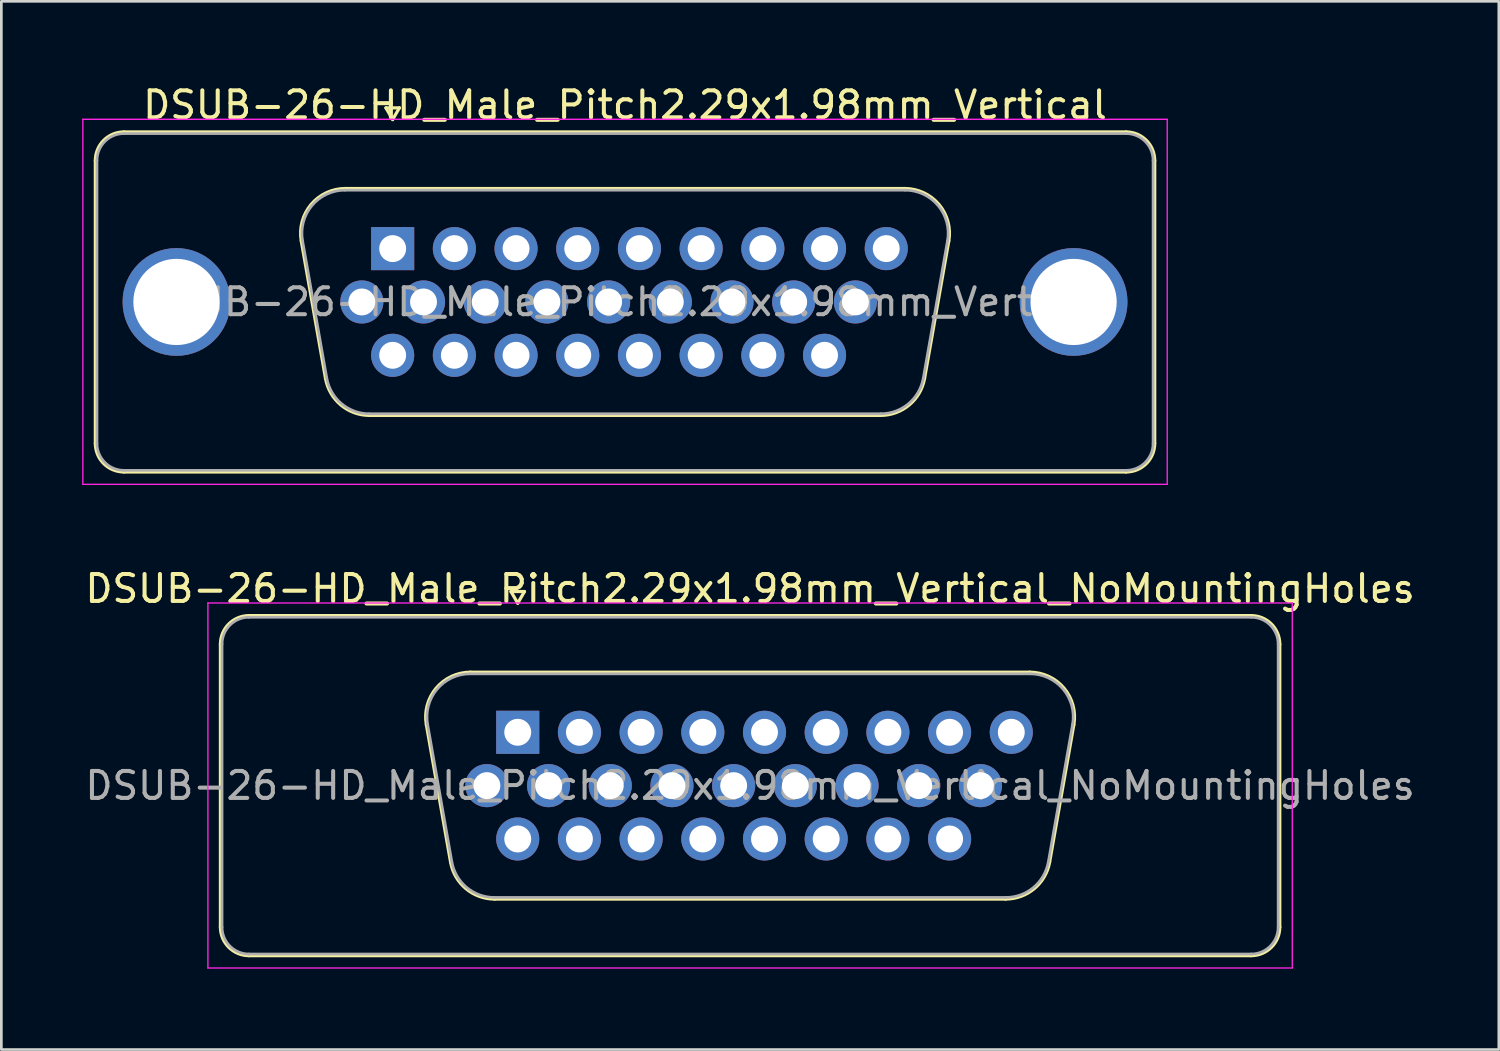
<source format=kicad_pcb>
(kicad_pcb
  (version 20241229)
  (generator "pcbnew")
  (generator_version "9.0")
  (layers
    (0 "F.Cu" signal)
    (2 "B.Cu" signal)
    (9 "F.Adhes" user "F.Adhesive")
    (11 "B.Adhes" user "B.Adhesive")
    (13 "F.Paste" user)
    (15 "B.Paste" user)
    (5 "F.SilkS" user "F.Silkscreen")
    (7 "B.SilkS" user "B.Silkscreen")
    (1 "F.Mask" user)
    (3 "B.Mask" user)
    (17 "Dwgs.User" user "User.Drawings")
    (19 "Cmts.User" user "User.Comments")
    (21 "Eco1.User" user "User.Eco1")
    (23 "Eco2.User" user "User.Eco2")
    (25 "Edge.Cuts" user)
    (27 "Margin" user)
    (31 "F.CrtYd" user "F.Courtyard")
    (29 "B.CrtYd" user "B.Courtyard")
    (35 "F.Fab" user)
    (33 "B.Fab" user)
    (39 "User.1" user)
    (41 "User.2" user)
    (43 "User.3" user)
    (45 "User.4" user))
  (footprint "DSUB-26-HD_Male_Pitch2.29x1.98mm_Vertical_NoMountingHoles"
    (layer "F.Cu")
    (at 16.167 24.131)
    (property "Reference" "DSUB-26-HD_Male_Pitch2.29x1.98mm_Vertical_NoMountingHoles" (at 8.625 -5.33 0) (layer "F.SilkS") (effects (font (size 1 1) (thickness 0.15))))
    (attr through_hole)
    (fp_line (start -11.035 7.23) (end -11.035 -3.27) (stroke (width 0.12) (type solid)) (layer "F.SilkS"))
    (fp_line (start -9.975 -4.33) (end 27.225 -4.33) (stroke (width 0.12) (type solid)) (layer "F.SilkS"))
    (fp_line (start -3.391 -0.282) (end -2.492 4.818) (stroke (width 0.12) (type solid)) (layer "F.SilkS"))
    (fp_line (start -1.757 -2.23) (end 19.007 -2.23) (stroke (width 0.12) (type solid)) (layer "F.SilkS"))
    (fp_line (start -0.857 6.19) (end 18.107 6.19) (stroke (width 0.12) (type solid)) (layer "F.SilkS"))
    (fp_line (start -0.25 -5.224) (end 0.25 -5.224) (stroke (width 0.12) (type solid)) (layer "F.SilkS"))
    (fp_line (start 0 -4.791) (end -0.25 -5.224) (stroke (width 0.12) (type solid)) (layer "F.SilkS"))
    (fp_line (start 0.25 -5.224) (end 0 -4.791) (stroke (width 0.12) (type solid)) (layer "F.SilkS"))
    (fp_line (start 20.641 -0.282) (end 19.742 4.818) (stroke (width 0.12) (type solid)) (layer "F.SilkS"))
    (fp_line (start 27.225 8.29) (end -9.975 8.29) (stroke (width 0.12) (type solid)) (layer "F.SilkS"))
    (fp_line (start 28.285 -3.27) (end 28.285 7.23) (stroke (width 0.12) (type solid)) (layer "F.SilkS"))
    (fp_arc (start -11.035 -3.27) (mid -10.724533 -4.019533) (end -9.975 -4.33) (stroke (width 0.12) (type solid)) (layer "F.SilkS"))
    (fp_arc (start -9.975 8.29) (mid -10.724533 7.979533) (end -11.035 7.23) (stroke (width 0.12) (type solid)) (layer "F.SilkS"))
    (fp_arc (start -3.39147 -0.281744) (mid -3.028323 -1.637028) (end -1.756689 -2.23) (stroke (width 0.12) (type solid)) (layer "F.SilkS"))
    (fp_arc (start -0.857421 6.19) (mid -1.924448 5.801634) (end -2.492202 4.818256) (stroke (width 0.12) (type solid)) (layer "F.SilkS"))
    (fp_arc (start 19.006689 -2.23) (mid 20.278323 -1.637027) (end 20.64147 -0.281744) (stroke (width 0.12) (type solid)) (layer "F.SilkS"))
    (fp_arc (start 19.742202 4.818256) (mid 19.174449 5.801634) (end 18.107421 6.19) (stroke (width 0.12) (type solid)) (layer "F.SilkS"))
    (fp_arc (start 27.225 -4.33) (mid 27.974533 -4.019533) (end 28.285 -3.27) (stroke (width 0.12) (type solid)) (layer "F.SilkS"))
    (fp_arc (start 28.285 7.23) (mid 27.974533 7.979533) (end 27.225 8.29) (stroke (width 0.12) (type solid)) (layer "F.SilkS"))
    (fp_line (start -11.5 -4.8) (end -11.5 8.75) (stroke (width 0.05) (type solid)) (layer "F.CrtYd"))
    (fp_line (start -11.5 8.75) (end 28.75 8.75) (stroke (width 0.05) (type solid)) (layer "F.CrtYd"))
    (fp_line (start 28.75 -4.8) (end -11.5 -4.8) (stroke (width 0.05) (type solid)) (layer "F.CrtYd"))
    (fp_line (start 28.75 8.75) (end 28.75 -4.8) (stroke (width 0.05) (type solid)) (layer "F.CrtYd"))
    (fp_line (start -10.975 7.23) (end -10.975 -3.27) (stroke (width 0.1) (type solid)) (layer "F.Fab"))
    (fp_line (start -9.975 -4.27) (end 27.225 -4.27) (stroke (width 0.1) (type solid)) (layer "F.Fab"))
    (fp_line (start -3.344 -0.292) (end -2.445 4.808) (stroke (width 0.1) (type solid)) (layer "F.Fab"))
    (fp_line (start -1.768 -2.17) (end 19.018 -2.17) (stroke (width 0.1) (type solid)) (layer "F.Fab"))
    (fp_line (start -0.869 6.13) (end 18.119 6.13) (stroke (width 0.1) (type solid)) (layer "F.Fab"))
    (fp_line (start 20.594 -0.292) (end 19.695 4.808) (stroke (width 0.1) (type solid)) (layer "F.Fab"))
    (fp_line (start 27.225 8.23) (end -9.975 8.23) (stroke (width 0.1) (type solid)) (layer "F.Fab"))
    (fp_line (start 28.225 -3.27) (end 28.225 7.23) (stroke (width 0.1) (type solid)) (layer "F.Fab"))
    (fp_arc (start -10.975 -3.27) (mid -10.682107 -3.977107) (end -9.975 -4.27) (stroke (width 0.1) (type solid)) (layer "F.Fab"))
    (fp_arc (start -9.975 8.23) (mid -10.682107 7.937107) (end -10.975 7.23) (stroke (width 0.1) (type solid)) (layer "F.Fab"))
    (fp_arc (start -3.343886 -0.292163) (mid -2.993865 -1.59846) (end -1.768194 -2.17) (stroke (width 0.1) (type solid)) (layer "F.Fab"))
    (fp_arc (start -0.868927 6.13) (mid -1.897387 5.755671) (end -2.444619 4.807837) (stroke (width 0.1) (type solid)) (layer "F.Fab"))
    (fp_arc (start 19.018194 -2.17) (mid 20.243865 -1.59846) (end 20.593886 -0.292163) (stroke (width 0.1) (type solid)) (layer "F.Fab"))
    (fp_arc (start 19.694619 4.807837) (mid 19.147387 5.755671) (end 18.118927 6.13) (stroke (width 0.1) (type solid)) (layer "F.Fab"))
    (fp_arc (start 27.225 -4.27) (mid 27.932107 -3.977107) (end 28.225 -3.27) (stroke (width 0.1) (type solid)) (layer "F.Fab"))
    (fp_arc (start 28.225 7.23) (mid 27.932107 7.937107) (end 27.225 8.23) (stroke (width 0.1) (type solid)) (layer "F.Fab"))
    (fp_text user "${REFERENCE}" (at 8.625 1.98 0) (layer "F.Fab") (effects (font (size 1 1) (thickness 0.15))))
    (pad "1" thru_hole rect (at 0 0) (size 1.6 1.6) (drill 1) (layers "*.Cu" "*.Mask"))
    (pad "2" thru_hole circle (at 2.29 0) (size 1.6 1.6) (drill 1) (layers "*.Cu" "*.Mask"))
    (pad "3" thru_hole circle (at 4.58 0) (size 1.6 1.6) (drill 1) (layers "*.Cu" "*.Mask"))
    (pad "4" thru_hole circle (at 6.87 0) (size 1.6 1.6) (drill 1) (layers "*.Cu" "*.Mask"))
    (pad "5" thru_hole circle (at 9.16 0) (size 1.6 1.6) (drill 1) (layers "*.Cu" "*.Mask"))
    (pad "6" thru_hole circle (at 11.45 0) (size 1.6 1.6) (drill 1) (layers "*.Cu" "*.Mask"))
    (pad "7" thru_hole circle (at 13.74 0) (size 1.6 1.6) (drill 1) (layers "*.Cu" "*.Mask"))
    (pad "8" thru_hole circle (at 16.03 0) (size 1.6 1.6) (drill 1) (layers "*.Cu" "*.Mask"))
    (pad "9" thru_hole circle (at 18.32 0) (size 1.6 1.6) (drill 1) (layers "*.Cu" "*.Mask"))
    (pad "10" thru_hole circle (at -1.145 1.98) (size 1.6 1.6) (drill 1) (layers "*.Cu" "*.Mask"))
    (pad "11" thru_hole circle (at 1.145 1.98) (size 1.6 1.6) (drill 1) (layers "*.Cu" "*.Mask"))
    (pad "12" thru_hole circle (at 3.435 1.98) (size 1.6 1.6) (drill 1) (layers "*.Cu" "*.Mask"))
    (pad "13" thru_hole circle (at 5.725 1.98) (size 1.6 1.6) (drill 1) (layers "*.Cu" "*.Mask"))
    (pad "14" thru_hole circle (at 8.015 1.98) (size 1.6 1.6) (drill 1) (layers "*.Cu" "*.Mask"))
    (pad "15" thru_hole circle (at 10.305 1.98) (size 1.6 1.6) (drill 1) (layers "*.Cu" "*.Mask"))
    (pad "16" thru_hole circle (at 12.595 1.98) (size 1.6 1.6) (drill 1) (layers "*.Cu" "*.Mask"))
    (pad "17" thru_hole circle (at 14.885 1.98) (size 1.6 1.6) (drill 1) (layers "*.Cu" "*.Mask"))
    (pad "18" thru_hole circle (at 17.175 1.98) (size 1.6 1.6) (drill 1) (layers "*.Cu" "*.Mask"))
    (pad "19" thru_hole circle (at 0 3.96) (size 1.6 1.6) (drill 1) (layers "*.Cu" "*.Mask"))
    (pad "20" thru_hole circle (at 2.29 3.96) (size 1.6 1.6) (drill 1) (layers "*.Cu" "*.Mask"))
    (pad "21" thru_hole circle (at 4.58 3.96) (size 1.6 1.6) (drill 1) (layers "*.Cu" "*.Mask"))
    (pad "22" thru_hole circle (at 6.87 3.96) (size 1.6 1.6) (drill 1) (layers "*.Cu" "*.Mask"))
    (pad "23" thru_hole circle (at 9.16 3.96) (size 1.6 1.6) (drill 1) (layers "*.Cu" "*.Mask"))
    (pad "24" thru_hole circle (at 11.45 3.96) (size 1.6 1.6) (drill 1) (layers "*.Cu" "*.Mask"))
    (pad "25" thru_hole circle (at 13.74 3.96) (size 1.6 1.6) (drill 1) (layers "*.Cu" "*.Mask"))
    (pad "26" thru_hole circle (at 16.03 3.96) (size 1.6 1.6) (drill 1) (layers "*.Cu" "*.Mask")))
  (footprint "DSUB-26-HD_Male_Pitch2.29x1.98mm_Vertical"
    (layer "F.Cu")
    (at 11.525 6.178)
    (property "Reference" "DSUB-26-HD_Male_Pitch2.29x1.98mm_Vertical" (at 8.625 -5.33 0) (layer "F.SilkS") (effects (font (size 1 1) (thickness 0.15))))
    (attr through_hole)
    (fp_line (start -11.035 7.23) (end -11.035 -3.27) (stroke (width 0.12) (type solid)) (layer "F.SilkS"))
    (fp_line (start -9.975 -4.33) (end 27.225 -4.33) (stroke (width 0.12) (type solid)) (layer "F.SilkS"))
    (fp_line (start -3.391 -0.282) (end -2.492 4.818) (stroke (width 0.12) (type solid)) (layer "F.SilkS"))
    (fp_line (start -1.757 -2.23) (end 19.007 -2.23) (stroke (width 0.12) (type solid)) (layer "F.SilkS"))
    (fp_line (start -0.857 6.19) (end 18.107 6.19) (stroke (width 0.12) (type solid)) (layer "F.SilkS"))
    (fp_line (start -0.25 -5.224) (end 0.25 -5.224) (stroke (width 0.12) (type solid)) (layer "F.SilkS"))
    (fp_line (start 0 -4.791) (end -0.25 -5.224) (stroke (width 0.12) (type solid)) (layer "F.SilkS"))
    (fp_line (start 0.25 -5.224) (end 0 -4.791) (stroke (width 0.12) (type solid)) (layer "F.SilkS"))
    (fp_line (start 20.641 -0.282) (end 19.742 4.818) (stroke (width 0.12) (type solid)) (layer "F.SilkS"))
    (fp_line (start 27.225 8.29) (end -9.975 8.29) (stroke (width 0.12) (type solid)) (layer "F.SilkS"))
    (fp_line (start 28.285 -3.27) (end 28.285 7.23) (stroke (width 0.12) (type solid)) (layer "F.SilkS"))
    (fp_arc (start -11.035 -3.27) (mid -10.724533 -4.019533) (end -9.975 -4.33) (stroke (width 0.12) (type solid)) (layer "F.SilkS"))
    (fp_arc (start -9.975 8.29) (mid -10.724533 7.979533) (end -11.035 7.23) (stroke (width 0.12) (type solid)) (layer "F.SilkS"))
    (fp_arc (start -3.39147 -0.281744) (mid -3.028323 -1.637028) (end -1.756689 -2.23) (stroke (width 0.12) (type solid)) (layer "F.SilkS"))
    (fp_arc (start -0.857421 6.19) (mid -1.924448 5.801634) (end -2.492202 4.818256) (stroke (width 0.12) (type solid)) (layer "F.SilkS"))
    (fp_arc (start 19.006689 -2.23) (mid 20.278323 -1.637027) (end 20.64147 -0.281744) (stroke (width 0.12) (type solid)) (layer "F.SilkS"))
    (fp_arc (start 19.742202 4.818256) (mid 19.174449 5.801634) (end 18.107421 6.19) (stroke (width 0.12) (type solid)) (layer "F.SilkS"))
    (fp_arc (start 27.225 -4.33) (mid 27.974533 -4.019533) (end 28.285 -3.27) (stroke (width 0.12) (type solid)) (layer "F.SilkS"))
    (fp_arc (start 28.285 7.23) (mid 27.974533 7.979533) (end 27.225 8.29) (stroke (width 0.12) (type solid)) (layer "F.SilkS"))
    (fp_line (start -11.5 -4.8) (end -11.5 8.75) (stroke (width 0.05) (type solid)) (layer "F.CrtYd"))
    (fp_line (start -11.5 8.75) (end 28.75 8.75) (stroke (width 0.05) (type solid)) (layer "F.CrtYd"))
    (fp_line (start 28.75 -4.8) (end -11.5 -4.8) (stroke (width 0.05) (type solid)) (layer "F.CrtYd"))
    (fp_line (start 28.75 8.75) (end 28.75 -4.8) (stroke (width 0.05) (type solid)) (layer "F.CrtYd"))
    (fp_line (start -10.975 7.23) (end -10.975 -3.27) (stroke (width 0.1) (type solid)) (layer "F.Fab"))
    (fp_line (start -9.975 -4.27) (end 27.225 -4.27) (stroke (width 0.1) (type solid)) (layer "F.Fab"))
    (fp_line (start -3.344 -0.292) (end -2.445 4.808) (stroke (width 0.1) (type solid)) (layer "F.Fab"))
    (fp_line (start -1.768 -2.17) (end 19.018 -2.17) (stroke (width 0.1) (type solid)) (layer "F.Fab"))
    (fp_line (start -0.869 6.13) (end 18.119 6.13) (stroke (width 0.1) (type solid)) (layer "F.Fab"))
    (fp_line (start 20.594 -0.292) (end 19.695 4.808) (stroke (width 0.1) (type solid)) (layer "F.Fab"))
    (fp_line (start 27.225 8.23) (end -9.975 8.23) (stroke (width 0.1) (type solid)) (layer "F.Fab"))
    (fp_line (start 28.225 -3.27) (end 28.225 7.23) (stroke (width 0.1) (type solid)) (layer "F.Fab"))
    (fp_arc (start -10.975 -3.27) (mid -10.682107 -3.977107) (end -9.975 -4.27) (stroke (width 0.1) (type solid)) (layer "F.Fab"))
    (fp_arc (start -9.975 8.23) (mid -10.682107 7.937107) (end -10.975 7.23) (stroke (width 0.1) (type solid)) (layer "F.Fab"))
    (fp_arc (start -3.343886 -0.292163) (mid -2.993865 -1.59846) (end -1.768194 -2.17) (stroke (width 0.1) (type solid)) (layer "F.Fab"))
    (fp_arc (start -0.868927 6.13) (mid -1.897387 5.755671) (end -2.444619 4.807837) (stroke (width 0.1) (type solid)) (layer "F.Fab"))
    (fp_arc (start 19.018194 -2.17) (mid 20.243865 -1.59846) (end 20.593886 -0.292163) (stroke (width 0.1) (type solid)) (layer "F.Fab"))
    (fp_arc (start 19.694619 4.807837) (mid 19.147387 5.755671) (end 18.118927 6.13) (stroke (width 0.1) (type solid)) (layer "F.Fab"))
    (fp_arc (start 27.225 -4.27) (mid 27.932107 -3.977107) (end 28.225 -3.27) (stroke (width 0.1) (type solid)) (layer "F.Fab"))
    (fp_arc (start 28.225 7.23) (mid 27.932107 7.937107) (end 27.225 8.23) (stroke (width 0.1) (type solid)) (layer "F.Fab"))
    (fp_text user "${REFERENCE}" (at 8.625 1.98 0) (layer "F.Fab") (effects (font (size 1 1) (thickness 0.15))))
    (pad "0" thru_hole circle (at -8.025 1.98) (size 4 4) (drill 3.2) (layers "*.Cu" "*.Mask"))
    (pad "0" thru_hole circle (at 25.275 1.98) (size 4 4) (drill 3.2) (layers "*.Cu" "*.Mask"))
    (pad "1" thru_hole rect (at 0 0) (size 1.6 1.6) (drill 1) (layers "*.Cu" "*.Mask"))
    (pad "2" thru_hole circle (at 2.29 0) (size 1.6 1.6) (drill 1) (layers "*.Cu" "*.Mask"))
    (pad "3" thru_hole circle (at 4.58 0) (size 1.6 1.6) (drill 1) (layers "*.Cu" "*.Mask"))
    (pad "4" thru_hole circle (at 6.87 0) (size 1.6 1.6) (drill 1) (layers "*.Cu" "*.Mask"))
    (pad "5" thru_hole circle (at 9.16 0) (size 1.6 1.6) (drill 1) (layers "*.Cu" "*.Mask"))
    (pad "6" thru_hole circle (at 11.45 0) (size 1.6 1.6) (drill 1) (layers "*.Cu" "*.Mask"))
    (pad "7" thru_hole circle (at 13.74 0) (size 1.6 1.6) (drill 1) (layers "*.Cu" "*.Mask"))
    (pad "8" thru_hole circle (at 16.03 0) (size 1.6 1.6) (drill 1) (layers "*.Cu" "*.Mask"))
    (pad "9" thru_hole circle (at 18.32 0) (size 1.6 1.6) (drill 1) (layers "*.Cu" "*.Mask"))
    (pad "10" thru_hole circle (at -1.145 1.98) (size 1.6 1.6) (drill 1) (layers "*.Cu" "*.Mask"))
    (pad "11" thru_hole circle (at 1.145 1.98) (size 1.6 1.6) (drill 1) (layers "*.Cu" "*.Mask"))
    (pad "12" thru_hole circle (at 3.435 1.98) (size 1.6 1.6) (drill 1) (layers "*.Cu" "*.Mask"))
    (pad "13" thru_hole circle (at 5.725 1.98) (size 1.6 1.6) (drill 1) (layers "*.Cu" "*.Mask"))
    (pad "14" thru_hole circle (at 8.015 1.98) (size 1.6 1.6) (drill 1) (layers "*.Cu" "*.Mask"))
    (pad "15" thru_hole circle (at 10.305 1.98) (size 1.6 1.6) (drill 1) (layers "*.Cu" "*.Mask"))
    (pad "16" thru_hole circle (at 12.595 1.98) (size 1.6 1.6) (drill 1) (layers "*.Cu" "*.Mask"))
    (pad "17" thru_hole circle (at 14.885 1.98) (size 1.6 1.6) (drill 1) (layers "*.Cu" "*.Mask"))
    (pad "18" thru_hole circle (at 17.175 1.98) (size 1.6 1.6) (drill 1) (layers "*.Cu" "*.Mask"))
    (pad "19" thru_hole circle (at 0 3.96) (size 1.6 1.6) (drill 1) (layers "*.Cu" "*.Mask"))
    (pad "20" thru_hole circle (at 2.29 3.96) (size 1.6 1.6) (drill 1) (layers "*.Cu" "*.Mask"))
    (pad "21" thru_hole circle (at 4.58 3.96) (size 1.6 1.6) (drill 1) (layers "*.Cu" "*.Mask"))
    (pad "22" thru_hole circle (at 6.87 3.96) (size 1.6 1.6) (drill 1) (layers "*.Cu" "*.Mask"))
    (pad "23" thru_hole circle (at 9.16 3.96) (size 1.6 1.6) (drill 1) (layers "*.Cu" "*.Mask"))
    (pad "24" thru_hole circle (at 11.45 3.96) (size 1.6 1.6) (drill 1) (layers "*.Cu" "*.Mask"))
    (pad "25" thru_hole circle (at 13.74 3.96) (size 1.6 1.6) (drill 1) (layers "*.Cu" "*.Mask"))
    (pad "26" thru_hole circle (at 16.03 3.96) (size 1.6 1.6) (drill 1) (layers "*.Cu" "*.Mask")))
  (gr_rect
    (start -3 -3)
    (end 52.583 35.907)
    (stroke (width 0.1) (type default))
    (fill no)
    (layer "Edge.Cuts")))
</source>
